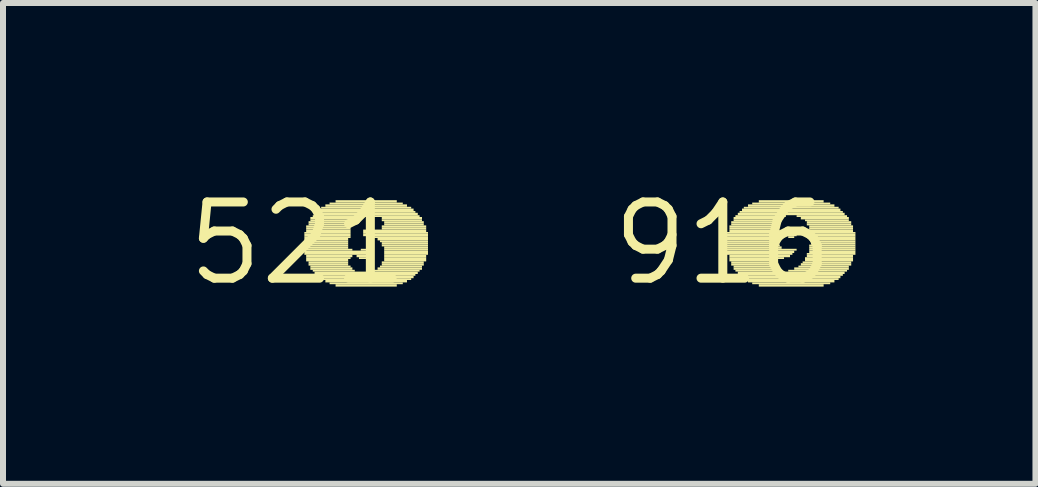
<source format=kicad_pcb>
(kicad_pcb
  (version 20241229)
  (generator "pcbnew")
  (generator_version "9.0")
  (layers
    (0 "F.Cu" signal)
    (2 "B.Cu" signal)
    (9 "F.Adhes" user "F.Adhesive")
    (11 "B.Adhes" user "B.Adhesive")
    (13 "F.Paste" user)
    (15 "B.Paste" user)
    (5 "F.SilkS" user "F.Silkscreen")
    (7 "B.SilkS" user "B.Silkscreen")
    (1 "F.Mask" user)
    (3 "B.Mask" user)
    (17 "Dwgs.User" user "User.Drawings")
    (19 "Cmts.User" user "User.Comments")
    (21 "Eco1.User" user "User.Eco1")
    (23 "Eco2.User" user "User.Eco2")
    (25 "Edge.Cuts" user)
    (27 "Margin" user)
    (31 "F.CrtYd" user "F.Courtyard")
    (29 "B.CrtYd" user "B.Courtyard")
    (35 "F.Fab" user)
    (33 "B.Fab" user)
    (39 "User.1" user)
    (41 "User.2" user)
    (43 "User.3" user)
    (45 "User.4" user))
  (footprint "521"
    (layer "F.Cu")
    (at 1.912 1.006)
    (property "Reference" "521" (at 0 0 0) (layer "F.SilkS") (effects (font (size 1.27 1.27) (thickness 0.15))))
    (fp_poly (pts (xy 0.11 -0.16) (xy 0.88 -0.16) (xy 0.88 -0.19) (xy 0.11 -0.19)) (stroke (width 0) (type solid)) (fill yes) (layer "F.SilkS"))
    (fp_poly (pts (xy 0.11 -0.12) (xy 0.88 -0.12) (xy 0.88 -0.16) (xy 0.11 -0.16)) (stroke (width 0) (type solid)) (fill yes) (layer "F.SilkS"))
    (fp_poly (pts (xy 0.11 -0.09) (xy 0.88 -0.09) (xy 0.88 -0.12) (xy 0.11 -0.12)) (stroke (width 0) (type solid)) (fill yes) (layer "F.SilkS"))
    (fp_poly (pts (xy 0.11 -0.05) (xy 0.84 -0.05) (xy 0.84 -0.09) (xy 0.11 -0.09)) (stroke (width 0) (type solid)) (fill yes) (layer "F.SilkS"))
    (fp_poly (pts (xy 0.11 -0.02) (xy 0.84 -0.02) (xy 0.84 -0.05) (xy 0.11 -0.05)) (stroke (width 0) (type solid)) (fill yes) (layer "F.SilkS"))
    (fp_poly (pts (xy 0.11 0.02) (xy 0.84 0.02) (xy 0.84 -0.02) (xy 0.11 -0.02)) (stroke (width 0) (type solid)) (fill yes) (layer "F.SilkS"))
    (fp_poly (pts (xy 0.11 0.05) (xy 0.84 0.05) (xy 0.84 0.02) (xy 0.11 0.02)) (stroke (width 0) (type solid)) (fill yes) (layer "F.SilkS"))
    (fp_poly (pts (xy 0.11 0.09) (xy 0.84 0.09) (xy 0.84 0.05) (xy 0.11 0.05)) (stroke (width 0) (type solid)) (fill yes) (layer "F.SilkS"))
    (fp_poly (pts (xy 0.11 0.12) (xy 0.91 0.12) (xy 0.91 0.09) (xy 0.11 0.09)) (stroke (width 0) (type solid)) (fill yes) (layer "F.SilkS"))
    (fp_poly (pts (xy 0.11 0.16) (xy 1.23 0.16) (xy 1.23 0.12) (xy 0.11 0.12)) (stroke (width 0) (type solid)) (fill yes) (layer "F.SilkS"))
    (fp_poly (pts (xy 0.11 0.19) (xy 1.23 0.19) (xy 1.23 0.16) (xy 0.11 0.16)) (stroke (width 0) (type solid)) (fill yes) (layer "F.SilkS"))
    (fp_poly (pts (xy 0.14 -0.26) (xy 0.88 -0.26) (xy 0.88 -0.3) (xy 0.14 -0.3)) (stroke (width 0) (type solid)) (fill yes) (layer "F.SilkS"))
    (fp_poly (pts (xy 0.14 -0.23) (xy 0.88 -0.23) (xy 0.88 -0.26) (xy 0.14 -0.26)) (stroke (width 0) (type solid)) (fill yes) (layer "F.SilkS"))
    (fp_poly (pts (xy 0.14 -0.19) (xy 0.88 -0.19) (xy 0.88 -0.23) (xy 0.14 -0.23)) (stroke (width 0) (type solid)) (fill yes) (layer "F.SilkS"))
    (fp_poly (pts (xy 0.14 0.23) (xy 0.91 0.23) (xy 0.91 0.19) (xy 0.14 0.19)) (stroke (width 0) (type solid)) (fill yes) (layer "F.SilkS"))
    (fp_poly (pts (xy 0.14 0.26) (xy 0.88 0.26) (xy 0.88 0.23) (xy 0.14 0.23)) (stroke (width 0) (type solid)) (fill yes) (layer "F.SilkS"))
    (fp_poly (pts (xy 0.14 0.3) (xy 0.84 0.3) (xy 0.84 0.26) (xy 0.14 0.26)) (stroke (width 0) (type solid)) (fill yes) (layer "F.SilkS"))
    (fp_poly (pts (xy 0.18 -0.33) (xy 0.91 -0.33) (xy 0.91 -0.37) (xy 0.18 -0.37)) (stroke (width 0) (type solid)) (fill yes) (layer "F.SilkS"))
    (fp_poly (pts (xy 0.18 -0.3) (xy 0.88 -0.3) (xy 0.88 -0.33) (xy 0.18 -0.33)) (stroke (width 0) (type solid)) (fill yes) (layer "F.SilkS"))
    (fp_poly (pts (xy 0.18 0.33) (xy 0.84 0.33) (xy 0.84 0.3) (xy 0.18 0.3)) (stroke (width 0) (type solid)) (fill yes) (layer "F.SilkS"))
    (fp_poly (pts (xy 0.18 0.37) (xy 0.84 0.37) (xy 0.84 0.33) (xy 0.18 0.33)) (stroke (width 0) (type solid)) (fill yes) (layer "F.SilkS"))
    (fp_poly (pts (xy 0.21 -0.4) (xy 0.91 -0.4) (xy 0.91 -0.44) (xy 0.21 -0.44)) (stroke (width 0) (type solid)) (fill yes) (layer "F.SilkS"))
    (fp_poly (pts (xy 0.21 -0.37) (xy 0.91 -0.37) (xy 0.91 -0.4) (xy 0.21 -0.4)) (stroke (width 0) (type solid)) (fill yes) (layer "F.SilkS"))
    (fp_poly (pts (xy 0.21 0.4) (xy 0.88 0.4) (xy 0.88 0.37) (xy 0.21 0.37)) (stroke (width 0) (type solid)) (fill yes) (layer "F.SilkS"))
    (fp_poly (pts (xy 0.21 0.44) (xy 0.91 0.44) (xy 0.91 0.4) (xy 0.21 0.4)) (stroke (width 0) (type solid)) (fill yes) (layer "F.SilkS"))
    (fp_poly (pts (xy 0.25 -0.44) (xy 2.03 -0.44) (xy 2.03 -0.47) (xy 0.25 -0.47)) (stroke (width 0) (type solid)) (fill yes) (layer "F.SilkS"))
    (fp_poly (pts (xy 0.25 0.47) (xy 0.95 0.47) (xy 0.95 0.44) (xy 0.25 0.44)) (stroke (width 0) (type solid)) (fill yes) (layer "F.SilkS"))
    (fp_poly (pts (xy 0.28 -0.47) (xy 2 -0.47) (xy 2 -0.51) (xy 0.28 -0.51)) (stroke (width 0) (type solid)) (fill yes) (layer "F.SilkS"))
    (fp_poly (pts (xy 0.28 0.51) (xy 2 0.51) (xy 2 0.47) (xy 0.28 0.47)) (stroke (width 0) (type solid)) (fill yes) (layer "F.SilkS"))
    (fp_poly (pts (xy 0.32 -0.51) (xy 1.96 -0.51) (xy 1.96 -0.54) (xy 0.32 -0.54)) (stroke (width 0) (type solid)) (fill yes) (layer "F.SilkS"))
    (fp_poly (pts (xy 0.32 0.54) (xy 1.96 0.54) (xy 1.96 0.51) (xy 0.32 0.51)) (stroke (width 0) (type solid)) (fill yes) (layer "F.SilkS"))
    (fp_poly (pts (xy 0.35 -0.54) (xy 1.93 -0.54) (xy 1.93 -0.58) (xy 0.35 -0.58)) (stroke (width 0) (type solid)) (fill yes) (layer "F.SilkS"))
    (fp_poly (pts (xy 0.35 0.58) (xy 1.93 0.58) (xy 1.93 0.54) (xy 0.35 0.54)) (stroke (width 0) (type solid)) (fill yes) (layer "F.SilkS"))
    (fp_poly (pts (xy 0.39 -0.58) (xy 1.89 -0.58) (xy 1.89 -0.61) (xy 0.39 -0.61)) (stroke (width 0) (type solid)) (fill yes) (layer "F.SilkS"))
    (fp_poly (pts (xy 0.39 0.61) (xy 1.89 0.61) (xy 1.89 0.58) (xy 0.39 0.58)) (stroke (width 0) (type solid)) (fill yes) (layer "F.SilkS"))
    (fp_poly (pts (xy 0.46 -0.61) (xy 1.82 -0.61) (xy 1.82 -0.65) (xy 0.46 -0.65)) (stroke (width 0) (type solid)) (fill yes) (layer "F.SilkS"))
    (fp_poly (pts (xy 0.46 0.65) (xy 1.82 0.65) (xy 1.82 0.61) (xy 0.46 0.61)) (stroke (width 0) (type solid)) (fill yes) (layer "F.SilkS"))
    (fp_poly (pts (xy 0.53 -0.65) (xy 1.75 -0.65) (xy 1.75 -0.68) (xy 0.53 -0.68)) (stroke (width 0) (type solid)) (fill yes) (layer "F.SilkS"))
    (fp_poly (pts (xy 0.53 0.68) (xy 1.75 0.68) (xy 1.75 0.65) (xy 0.53 0.65)) (stroke (width 0) (type solid)) (fill yes) (layer "F.SilkS"))
    (fp_poly (pts (xy 0.63 -0.68) (xy 1.65 -0.68) (xy 1.65 -0.72) (xy 0.63 -0.72)) (stroke (width 0) (type solid)) (fill yes) (layer "F.SilkS"))
    (fp_poly (pts (xy 0.63 0.72) (xy 1.65 0.72) (xy 1.65 0.68) (xy 0.63 0.68)) (stroke (width 0) (type solid)) (fill yes) (layer "F.SilkS"))
    (fp_poly (pts (xy 0.98 0.23) (xy 1.23 0.23) (xy 1.23 0.19) (xy 0.98 0.19)) (stroke (width 0) (type solid)) (fill yes) (layer "F.SilkS"))
    (fp_poly (pts (xy 1.02 0.26) (xy 1.19 0.26) (xy 1.19 0.23) (xy 1.02 0.23)) (stroke (width 0) (type solid)) (fill yes) (layer "F.SilkS"))
    (fp_poly (pts (xy 1.05 0.12) (xy 1.19 0.12) (xy 1.19 0.09) (xy 1.05 0.09)) (stroke (width 0) (type solid)) (fill yes) (layer "F.SilkS"))
    (fp_poly (pts (xy 1.09 -0.19) (xy 2.14 -0.19) (xy 2.14 -0.23) (xy 1.09 -0.23)) (stroke (width 0) (type solid)) (fill yes) (layer "F.SilkS"))
    (fp_poly (pts (xy 1.09 -0.16) (xy 2.17 -0.16) (xy 2.17 -0.19) (xy 1.09 -0.19)) (stroke (width 0) (type solid)) (fill yes) (layer "F.SilkS"))
    (fp_poly (pts (xy 1.09 -0.12) (xy 2.17 -0.12) (xy 2.17 -0.16) (xy 1.09 -0.16)) (stroke (width 0) (type solid)) (fill yes) (layer "F.SilkS"))
    (fp_poly (pts (xy 1.26 -0.09) (xy 2.17 -0.09) (xy 2.17 -0.12) (xy 1.26 -0.12)) (stroke (width 0) (type solid)) (fill yes) (layer "F.SilkS"))
    (fp_poly (pts (xy 1.26 0.47) (xy 2.03 0.47) (xy 2.03 0.44) (xy 1.26 0.44)) (stroke (width 0) (type solid)) (fill yes) (layer "F.SilkS"))
    (fp_poly (pts (xy 1.33 -0.05) (xy 2.17 -0.05) (xy 2.17 -0.09) (xy 1.33 -0.09)) (stroke (width 0) (type solid)) (fill yes) (layer "F.SilkS"))
    (fp_poly (pts (xy 1.33 0.44) (xy 2.07 0.44) (xy 2.07 0.4) (xy 1.33 0.4)) (stroke (width 0) (type solid)) (fill yes) (layer "F.SilkS"))
    (fp_poly (pts (xy 1.37 -0.02) (xy 2.17 -0.02) (xy 2.17 -0.05) (xy 1.37 -0.05)) (stroke (width 0) (type solid)) (fill yes) (layer "F.SilkS"))
    (fp_poly (pts (xy 1.37 0.4) (xy 2.07 0.4) (xy 2.07 0.37) (xy 1.37 0.37)) (stroke (width 0) (type solid)) (fill yes) (layer "F.SilkS"))
    (fp_poly (pts (xy 1.4 -0.4) (xy 2.07 -0.4) (xy 2.07 -0.44) (xy 1.4 -0.44)) (stroke (width 0) (type solid)) (fill yes) (layer "F.SilkS"))
    (fp_poly (pts (xy 1.4 -0.37) (xy 2.07 -0.37) (xy 2.07 -0.4) (xy 1.4 -0.4)) (stroke (width 0) (type solid)) (fill yes) (layer "F.SilkS"))
    (fp_poly (pts (xy 1.4 -0.26) (xy 2.14 -0.26) (xy 2.14 -0.3) (xy 1.4 -0.3)) (stroke (width 0) (type solid)) (fill yes) (layer "F.SilkS"))
    (fp_poly (pts (xy 1.4 -0.23) (xy 2.14 -0.23) (xy 2.14 -0.26) (xy 1.4 -0.26)) (stroke (width 0) (type solid)) (fill yes) (layer "F.SilkS"))
    (fp_poly (pts (xy 1.4 0.02) (xy 2.17 0.02) (xy 2.17 -0.02) (xy 1.4 -0.02)) (stroke (width 0) (type solid)) (fill yes) (layer "F.SilkS"))
    (fp_poly (pts (xy 1.4 0.05) (xy 2.17 0.05) (xy 2.17 0.02) (xy 1.4 0.02)) (stroke (width 0) (type solid)) (fill yes) (layer "F.SilkS"))
    (fp_poly (pts (xy 1.4 0.33) (xy 2.1 0.33) (xy 2.1 0.3) (xy 1.4 0.3)) (stroke (width 0) (type solid)) (fill yes) (layer "F.SilkS"))
    (fp_poly (pts (xy 1.4 0.37) (xy 2.1 0.37) (xy 2.1 0.33) (xy 1.4 0.33)) (stroke (width 0) (type solid)) (fill yes) (layer "F.SilkS"))
    (fp_poly (pts (xy 1.44 -0.33) (xy 2.1 -0.33) (xy 2.1 -0.37) (xy 1.44 -0.37)) (stroke (width 0) (type solid)) (fill yes) (layer "F.SilkS"))
    (fp_poly (pts (xy 1.44 -0.3) (xy 2.1 -0.3) (xy 2.1 -0.33) (xy 1.44 -0.33)) (stroke (width 0) (type solid)) (fill yes) (layer "F.SilkS"))
    (fp_poly (pts (xy 1.44 0.09) (xy 2.17 0.09) (xy 2.17 0.05) (xy 1.44 0.05)) (stroke (width 0) (type solid)) (fill yes) (layer "F.SilkS"))
    (fp_poly (pts (xy 1.44 0.12) (xy 2.17 0.12) (xy 2.17 0.09) (xy 1.44 0.09)) (stroke (width 0) (type solid)) (fill yes) (layer "F.SilkS"))
    (fp_poly (pts (xy 1.44 0.16) (xy 2.17 0.16) (xy 2.17 0.12) (xy 1.44 0.12)) (stroke (width 0) (type solid)) (fill yes) (layer "F.SilkS"))
    (fp_poly (pts (xy 1.44 0.19) (xy 2.17 0.19) (xy 2.17 0.16) (xy 1.44 0.16)) (stroke (width 0) (type solid)) (fill yes) (layer "F.SilkS"))
    (fp_poly (pts (xy 1.44 0.23) (xy 2.14 0.23) (xy 2.14 0.19) (xy 1.44 0.19)) (stroke (width 0) (type solid)) (fill yes) (layer "F.SilkS"))
    (fp_poly (pts (xy 1.44 0.26) (xy 2.14 0.26) (xy 2.14 0.23) (xy 1.44 0.23)) (stroke (width 0) (type solid)) (fill yes) (layer "F.SilkS"))
    (fp_poly (pts (xy 1.44 0.3) (xy 2.14 0.3) (xy 2.14 0.26) (xy 1.44 0.26)) (stroke (width 0) (type solid)) (fill yes) (layer "F.SilkS")))
  (footprint "916"
    (layer "F.Cu")
    (at 8.995 1.006)
    (property "Reference" "916" (at 0 0 0) (layer "F.SilkS") (effects (font (size 1.27 1.27) (thickness 0.15))))
    (fp_poly (pts (xy 0.07 -0.16) (xy 0.81 -0.16) (xy 0.81 -0.19) (xy 0.07 -0.19)) (stroke (width 0) (type solid)) (fill yes) (layer "F.SilkS"))
    (fp_poly (pts (xy 0.07 -0.12) (xy 0.84 -0.12) (xy 0.84 -0.16) (xy 0.07 -0.16)) (stroke (width 0) (type solid)) (fill yes) (layer "F.SilkS"))
    (fp_poly (pts (xy 0.07 -0.09) (xy 0.84 -0.09) (xy 0.84 -0.12) (xy 0.07 -0.12)) (stroke (width 0) (type solid)) (fill yes) (layer "F.SilkS"))
    (fp_poly (pts (xy 0.07 -0.05) (xy 0.84 -0.05) (xy 0.84 -0.09) (xy 0.07 -0.09)) (stroke (width 0) (type solid)) (fill yes) (layer "F.SilkS"))
    (fp_poly (pts (xy 0.07 -0.02) (xy 0.88 -0.02) (xy 0.88 -0.05) (xy 0.07 -0.05)) (stroke (width 0) (type solid)) (fill yes) (layer "F.SilkS"))
    (fp_poly (pts (xy 0.07 0.02) (xy 0.91 0.02) (xy 0.91 -0.02) (xy 0.07 -0.02)) (stroke (width 0) (type solid)) (fill yes) (layer "F.SilkS"))
    (fp_poly (pts (xy 0.07 0.05) (xy 0.95 0.05) (xy 0.95 0.02) (xy 0.07 0.02)) (stroke (width 0) (type solid)) (fill yes) (layer "F.SilkS"))
    (fp_poly (pts (xy 0.07 0.09) (xy 0.98 0.09) (xy 0.98 0.05) (xy 0.07 0.05)) (stroke (width 0) (type solid)) (fill yes) (layer "F.SilkS"))
    (fp_poly (pts (xy 0.07 0.12) (xy 1.23 0.12) (xy 1.23 0.09) (xy 0.07 0.09)) (stroke (width 0) (type solid)) (fill yes) (layer "F.SilkS"))
    (fp_poly (pts (xy 0.07 0.16) (xy 1.19 0.16) (xy 1.19 0.12) (xy 0.07 0.12)) (stroke (width 0) (type solid)) (fill yes) (layer "F.SilkS"))
    (fp_poly (pts (xy 0.07 0.19) (xy 1.16 0.19) (xy 1.16 0.16) (xy 0.07 0.16)) (stroke (width 0) (type solid)) (fill yes) (layer "F.SilkS"))
    (fp_poly (pts (xy 0.11 -0.26) (xy 0.84 -0.26) (xy 0.84 -0.3) (xy 0.11 -0.3)) (stroke (width 0) (type solid)) (fill yes) (layer "F.SilkS"))
    (fp_poly (pts (xy 0.11 -0.23) (xy 0.84 -0.23) (xy 0.84 -0.26) (xy 0.11 -0.26)) (stroke (width 0) (type solid)) (fill yes) (layer "F.SilkS"))
    (fp_poly (pts (xy 0.11 -0.19) (xy 0.84 -0.19) (xy 0.84 -0.23) (xy 0.11 -0.23)) (stroke (width 0) (type solid)) (fill yes) (layer "F.SilkS"))
    (fp_poly (pts (xy 0.11 0.23) (xy 1.12 0.23) (xy 1.12 0.19) (xy 0.11 0.19)) (stroke (width 0) (type solid)) (fill yes) (layer "F.SilkS"))
    (fp_poly (pts (xy 0.11 0.26) (xy 1.02 0.26) (xy 1.02 0.23) (xy 0.11 0.23)) (stroke (width 0) (type solid)) (fill yes) (layer "F.SilkS"))
    (fp_poly (pts (xy 0.11 0.3) (xy 0.88 0.3) (xy 0.88 0.26) (xy 0.11 0.26)) (stroke (width 0) (type solid)) (fill yes) (layer "F.SilkS"))
    (fp_poly (pts (xy 0.14 -0.33) (xy 0.88 -0.33) (xy 0.88 -0.37) (xy 0.14 -0.37)) (stroke (width 0) (type solid)) (fill yes) (layer "F.SilkS"))
    (fp_poly (pts (xy 0.14 -0.3) (xy 0.88 -0.3) (xy 0.88 -0.33) (xy 0.14 -0.33)) (stroke (width 0) (type solid)) (fill yes) (layer "F.SilkS"))
    (fp_poly (pts (xy 0.14 0.33) (xy 0.84 0.33) (xy 0.84 0.3) (xy 0.14 0.3)) (stroke (width 0) (type solid)) (fill yes) (layer "F.SilkS"))
    (fp_poly (pts (xy 0.14 0.37) (xy 0.84 0.37) (xy 0.84 0.33) (xy 0.14 0.33)) (stroke (width 0) (type solid)) (fill yes) (layer "F.SilkS"))
    (fp_poly (pts (xy 0.18 -0.4) (xy 0.98 -0.4) (xy 0.98 -0.44) (xy 0.18 -0.44)) (stroke (width 0) (type solid)) (fill yes) (layer "F.SilkS"))
    (fp_poly (pts (xy 0.18 -0.37) (xy 0.91 -0.37) (xy 0.91 -0.4) (xy 0.18 -0.4)) (stroke (width 0) (type solid)) (fill yes) (layer "F.SilkS"))
    (fp_poly (pts (xy 0.18 0.4) (xy 0.84 0.4) (xy 0.84 0.37) (xy 0.18 0.37)) (stroke (width 0) (type solid)) (fill yes) (layer "F.SilkS"))
    (fp_poly (pts (xy 0.18 0.44) (xy 0.84 0.44) (xy 0.84 0.4) (xy 0.18 0.4)) (stroke (width 0) (type solid)) (fill yes) (layer "F.SilkS"))
    (fp_poly (pts (xy 0.21 -0.44) (xy 1.05 -0.44) (xy 1.05 -0.47) (xy 0.21 -0.47)) (stroke (width 0) (type solid)) (fill yes) (layer "F.SilkS"))
    (fp_poly (pts (xy 0.21 0.47) (xy 0.88 0.47) (xy 0.88 0.44) (xy 0.21 0.44)) (stroke (width 0) (type solid)) (fill yes) (layer "F.SilkS"))
    (fp_poly (pts (xy 0.25 -0.47) (xy 2.03 -0.47) (xy 2.03 -0.51) (xy 0.25 -0.51)) (stroke (width 0) (type solid)) (fill yes) (layer "F.SilkS"))
    (fp_poly (pts (xy 0.25 0.51) (xy 2.03 0.51) (xy 2.03 0.47) (xy 0.25 0.47)) (stroke (width 0) (type solid)) (fill yes) (layer "F.SilkS"))
    (fp_poly (pts (xy 0.28 -0.51) (xy 2 -0.51) (xy 2 -0.54) (xy 0.28 -0.54)) (stroke (width 0) (type solid)) (fill yes) (layer "F.SilkS"))
    (fp_poly (pts (xy 0.28 0.54) (xy 2 0.54) (xy 2 0.51) (xy 0.28 0.51)) (stroke (width 0) (type solid)) (fill yes) (layer "F.SilkS"))
    (fp_poly (pts (xy 0.32 -0.54) (xy 1.96 -0.54) (xy 1.96 -0.58) (xy 0.32 -0.58)) (stroke (width 0) (type solid)) (fill yes) (layer "F.SilkS"))
    (fp_poly (pts (xy 0.32 0.58) (xy 1.96 0.58) (xy 1.96 0.54) (xy 0.32 0.54)) (stroke (width 0) (type solid)) (fill yes) (layer "F.SilkS"))
    (fp_poly (pts (xy 0.35 -0.58) (xy 1.93 -0.58) (xy 1.93 -0.61) (xy 0.35 -0.61)) (stroke (width 0) (type solid)) (fill yes) (layer "F.SilkS"))
    (fp_poly (pts (xy 0.35 0.61) (xy 1.93 0.61) (xy 1.93 0.58) (xy 0.35 0.58)) (stroke (width 0) (type solid)) (fill yes) (layer "F.SilkS"))
    (fp_poly (pts (xy 0.42 -0.61) (xy 1.86 -0.61) (xy 1.86 -0.65) (xy 0.42 -0.65)) (stroke (width 0) (type solid)) (fill yes) (layer "F.SilkS"))
    (fp_poly (pts (xy 0.42 0.65) (xy 1.86 0.65) (xy 1.86 0.61) (xy 0.42 0.61)) (stroke (width 0) (type solid)) (fill yes) (layer "F.SilkS"))
    (fp_poly (pts (xy 0.49 -0.65) (xy 1.79 -0.65) (xy 1.79 -0.68) (xy 0.49 -0.68)) (stroke (width 0) (type solid)) (fill yes) (layer "F.SilkS"))
    (fp_poly (pts (xy 0.49 0.68) (xy 1.79 0.68) (xy 1.79 0.65) (xy 0.49 0.65)) (stroke (width 0) (type solid)) (fill yes) (layer "F.SilkS"))
    (fp_poly (pts (xy 0.6 -0.68) (xy 1.68 -0.68) (xy 1.68 -0.72) (xy 0.6 -0.72)) (stroke (width 0) (type solid)) (fill yes) (layer "F.SilkS"))
    (fp_poly (pts (xy 0.6 0.72) (xy 1.68 0.72) (xy 1.68 0.68) (xy 0.6 0.68)) (stroke (width 0) (type solid)) (fill yes) (layer "F.SilkS"))
    (fp_poly (pts (xy 1.05 -0.19) (xy 1.23 -0.19) (xy 1.23 -0.23) (xy 1.05 -0.23)) (stroke (width 0) (type solid)) (fill yes) (layer "F.SilkS"))
    (fp_poly (pts (xy 1.05 -0.16) (xy 1.23 -0.16) (xy 1.23 -0.19) (xy 1.05 -0.19)) (stroke (width 0) (type solid)) (fill yes) (layer "F.SilkS"))
    (fp_poly (pts (xy 1.05 -0.12) (xy 1.23 -0.12) (xy 1.23 -0.16) (xy 1.05 -0.16)) (stroke (width 0) (type solid)) (fill yes) (layer "F.SilkS"))
    (fp_poly (pts (xy 1.09 -0.23) (xy 1.19 -0.23) (xy 1.19 -0.26) (xy 1.09 -0.26)) (stroke (width 0) (type solid)) (fill yes) (layer "F.SilkS"))
    (fp_poly (pts (xy 1.09 -0.09) (xy 1.19 -0.09) (xy 1.19 -0.12) (xy 1.09 -0.12)) (stroke (width 0) (type solid)) (fill yes) (layer "F.SilkS"))
    (fp_poly (pts (xy 1.09 0.47) (xy 2.07 0.47) (xy 2.07 0.44) (xy 1.09 0.44)) (stroke (width 0) (type solid)) (fill yes) (layer "F.SilkS"))
    (fp_poly (pts (xy 1.19 0.44) (xy 2.1 0.44) (xy 2.1 0.4) (xy 1.19 0.4)) (stroke (width 0) (type solid)) (fill yes) (layer "F.SilkS"))
    (fp_poly (pts (xy 1.23 -0.44) (xy 2.07 -0.44) (xy 2.07 -0.47) (xy 1.23 -0.47)) (stroke (width 0) (type solid)) (fill yes) (layer "F.SilkS"))
    (fp_poly (pts (xy 1.26 0.4) (xy 2.1 0.4) (xy 2.1 0.37) (xy 1.26 0.37)) (stroke (width 0) (type solid)) (fill yes) (layer "F.SilkS"))
    (fp_poly (pts (xy 1.3 -0.4) (xy 2.1 -0.4) (xy 2.1 -0.44) (xy 1.3 -0.44)) (stroke (width 0) (type solid)) (fill yes) (layer "F.SilkS"))
    (fp_poly (pts (xy 1.3 0.37) (xy 2.14 0.37) (xy 2.14 0.33) (xy 1.3 0.33)) (stroke (width 0) (type solid)) (fill yes) (layer "F.SilkS"))
    (fp_poly (pts (xy 1.33 0.33) (xy 2.14 0.33) (xy 2.14 0.3) (xy 1.33 0.3)) (stroke (width 0) (type solid)) (fill yes) (layer "F.SilkS"))
    (fp_poly (pts (xy 1.37 -0.37) (xy 2.1 -0.37) (xy 2.1 -0.4) (xy 1.37 -0.4)) (stroke (width 0) (type solid)) (fill yes) (layer "F.SilkS"))
    (fp_poly (pts (xy 1.37 0.26) (xy 2.17 0.26) (xy 2.17 0.23) (xy 1.37 0.23)) (stroke (width 0) (type solid)) (fill yes) (layer "F.SilkS"))
    (fp_poly (pts (xy 1.37 0.3) (xy 2.17 0.3) (xy 2.17 0.26) (xy 1.37 0.26)) (stroke (width 0) (type solid)) (fill yes) (layer "F.SilkS"))
    (fp_poly (pts (xy 1.4 -0.33) (xy 2.14 -0.33) (xy 2.14 -0.37) (xy 1.4 -0.37)) (stroke (width 0) (type solid)) (fill yes) (layer "F.SilkS"))
    (fp_poly (pts (xy 1.4 -0.3) (xy 2.14 -0.3) (xy 2.14 -0.33) (xy 1.4 -0.33)) (stroke (width 0) (type solid)) (fill yes) (layer "F.SilkS"))
    (fp_poly (pts (xy 1.4 0.19) (xy 2.21 0.19) (xy 2.21 0.16) (xy 1.4 0.16)) (stroke (width 0) (type solid)) (fill yes) (layer "F.SilkS"))
    (fp_poly (pts (xy 1.4 0.23) (xy 2.17 0.23) (xy 2.17 0.19) (xy 1.4 0.19)) (stroke (width 0) (type solid)) (fill yes) (layer "F.SilkS"))
    (fp_poly (pts (xy 1.44 -0.26) (xy 2.17 -0.26) (xy 2.17 -0.3) (xy 1.44 -0.3)) (stroke (width 0) (type solid)) (fill yes) (layer "F.SilkS"))
    (fp_poly (pts (xy 1.44 -0.23) (xy 2.17 -0.23) (xy 2.17 -0.26) (xy 1.44 -0.26)) (stroke (width 0) (type solid)) (fill yes) (layer "F.SilkS"))
    (fp_poly (pts (xy 1.44 -0.19) (xy 2.17 -0.19) (xy 2.17 -0.23) (xy 1.44 -0.23)) (stroke (width 0) (type solid)) (fill yes) (layer "F.SilkS"))
    (fp_poly (pts (xy 1.44 0.05) (xy 2.21 0.05) (xy 2.21 0.02) (xy 1.44 0.02)) (stroke (width 0) (type solid)) (fill yes) (layer "F.SilkS"))
    (fp_poly (pts (xy 1.44 0.09) (xy 2.21 0.09) (xy 2.21 0.05) (xy 1.44 0.05)) (stroke (width 0) (type solid)) (fill yes) (layer "F.SilkS"))
    (fp_poly (pts (xy 1.44 0.12) (xy 2.21 0.12) (xy 2.21 0.09) (xy 1.44 0.09)) (stroke (width 0) (type solid)) (fill yes) (layer "F.SilkS"))
    (fp_poly (pts (xy 1.44 0.16) (xy 2.21 0.16) (xy 2.21 0.12) (xy 1.44 0.12)) (stroke (width 0) (type solid)) (fill yes) (layer "F.SilkS"))
    (fp_poly (pts (xy 1.47 -0.16) (xy 2.21 -0.16) (xy 2.21 -0.19) (xy 1.47 -0.19)) (stroke (width 0) (type solid)) (fill yes) (layer "F.SilkS"))
    (fp_poly (pts (xy 1.47 -0.12) (xy 2.21 -0.12) (xy 2.21 -0.16) (xy 1.47 -0.16)) (stroke (width 0) (type solid)) (fill yes) (layer "F.SilkS"))
    (fp_poly (pts (xy 1.47 -0.09) (xy 2.21 -0.09) (xy 2.21 -0.12) (xy 1.47 -0.12)) (stroke (width 0) (type solid)) (fill yes) (layer "F.SilkS"))
    (fp_poly (pts (xy 1.47 -0.05) (xy 2.21 -0.05) (xy 2.21 -0.09) (xy 1.47 -0.09)) (stroke (width 0) (type solid)) (fill yes) (layer "F.SilkS"))
    (fp_poly (pts (xy 1.47 -0.02) (xy 2.21 -0.02) (xy 2.21 -0.05) (xy 1.47 -0.05)) (stroke (width 0) (type solid)) (fill yes) (layer "F.SilkS"))
    (fp_poly (pts (xy 1.47 0.02) (xy 2.21 0.02) (xy 2.21 -0.02) (xy 1.47 -0.02)) (stroke (width 0) (type solid)) (fill yes) (layer "F.SilkS")))
  (gr_rect
    (start -3 -3)
    (end 14.205 5.012)
    (stroke (width 0.1) (type default))
    (fill no)
    (layer "Edge.Cuts")))
</source>
